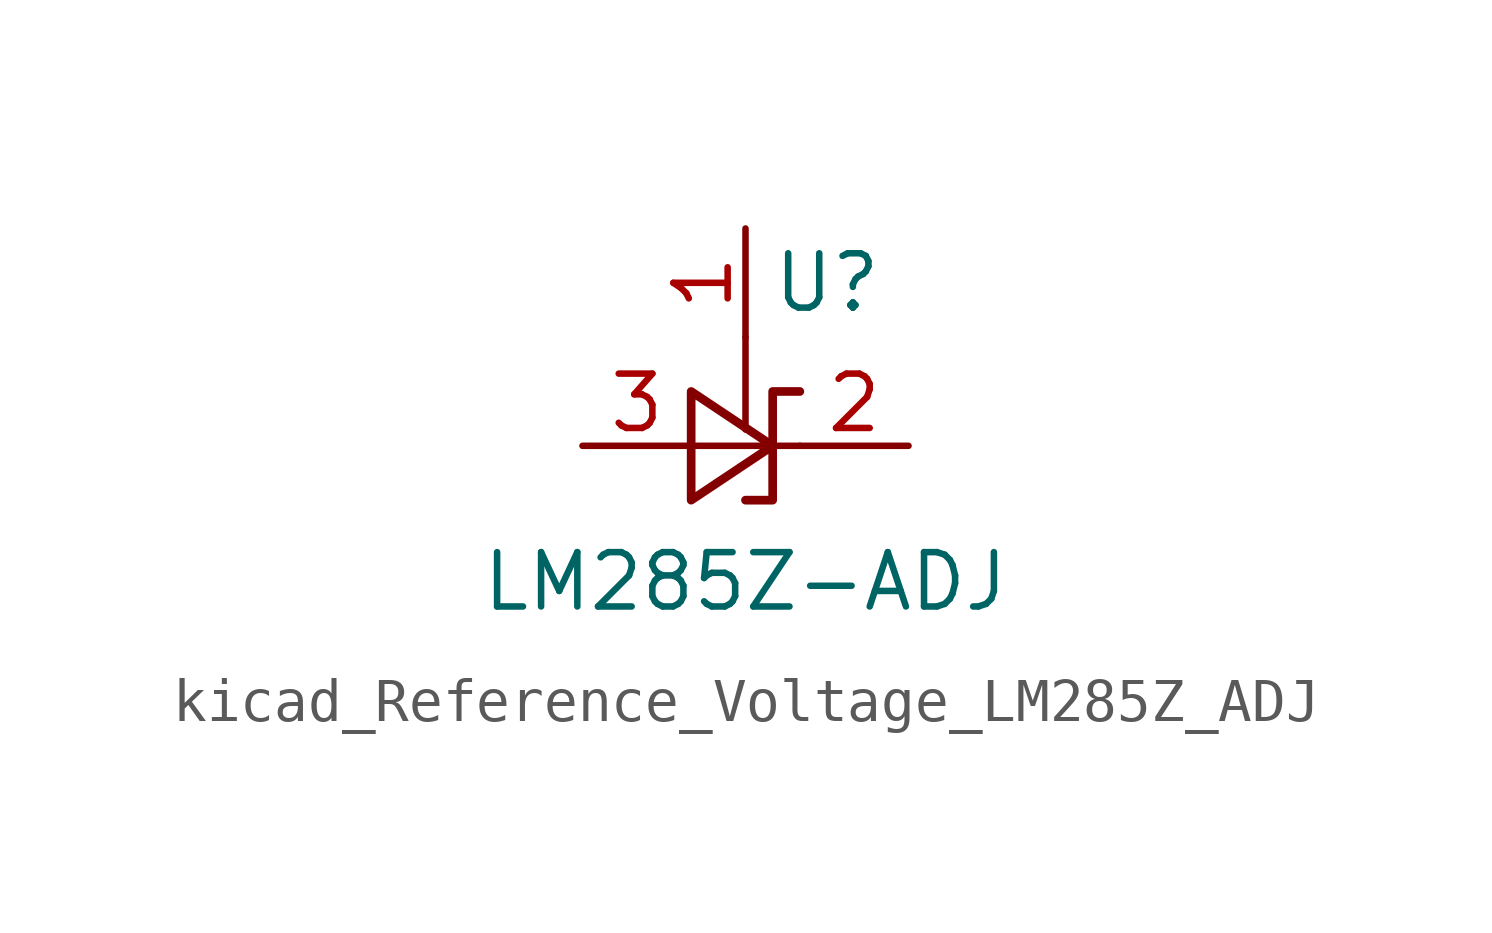
<source format=kicad_sym>
(kicad_symbol_lib
  (version 20220914)
  (generator kicad_symbol_editor)
  (symbol "kicad_Reference_Voltage_LM285Z_ADJ"
    (pin_names
      (offset 0.025) hide)
    (property "Reference" "U"
      (at 1.905 3.81 0)
      (effects (font (size 1.27 1.27))))
    (property "Value" "LM285Z-ADJ"
      (at 0 -3.175 0)
      (effects (font (size 1.27 1.27))))
    (symbol "kicad_Reference_Voltage_LM285Z_ADJ_0_1"
      (polyline (pts (xy 0 2.54) (xy 0 0.381)) (stroke (width 0) (type default)) (fill (type none)))
      (polyline (pts (xy -1.27 0) (xy 0 0) (xy 1.27 0)) (stroke (width 0) (type default)) (fill (type none)))
      (polyline (pts (xy -1.27 -1.27) (xy 0.635 0) (xy -1.27 1.27) (xy -1.27 -1.27)) (stroke (width 0.203) (type default)) (fill (type none)))
      (polyline (pts (xy 0 -1.27) (xy 0.635 -1.27) (xy 0.635 1.27) (xy 1.27 1.27)) (stroke (width 0.203) (type default)) (fill (type none))))
    (symbol "kicad_Reference_Voltage_LM285Z_ADJ_1_1"
      (pin input line (at 0 5.08 270) (length 2.54) (name "FB" (effects (font (size 1.27 1.27)))) (number "1" (effects (font (size 1.27 1.27)))))
      (pin passive line (at 3.81 0 180) (length 2.54) (name "K" (effects (font (size 1.27 1.27)))) (number "2" (effects (font (size 1.27 1.27)))))
      (pin passive line (at -3.81 0 0) (length 2.54) (name "A" (effects (font (size 1.27 1.27)))) (number "3" (effects (font (size 1.27 1.27))))))))
</source>
